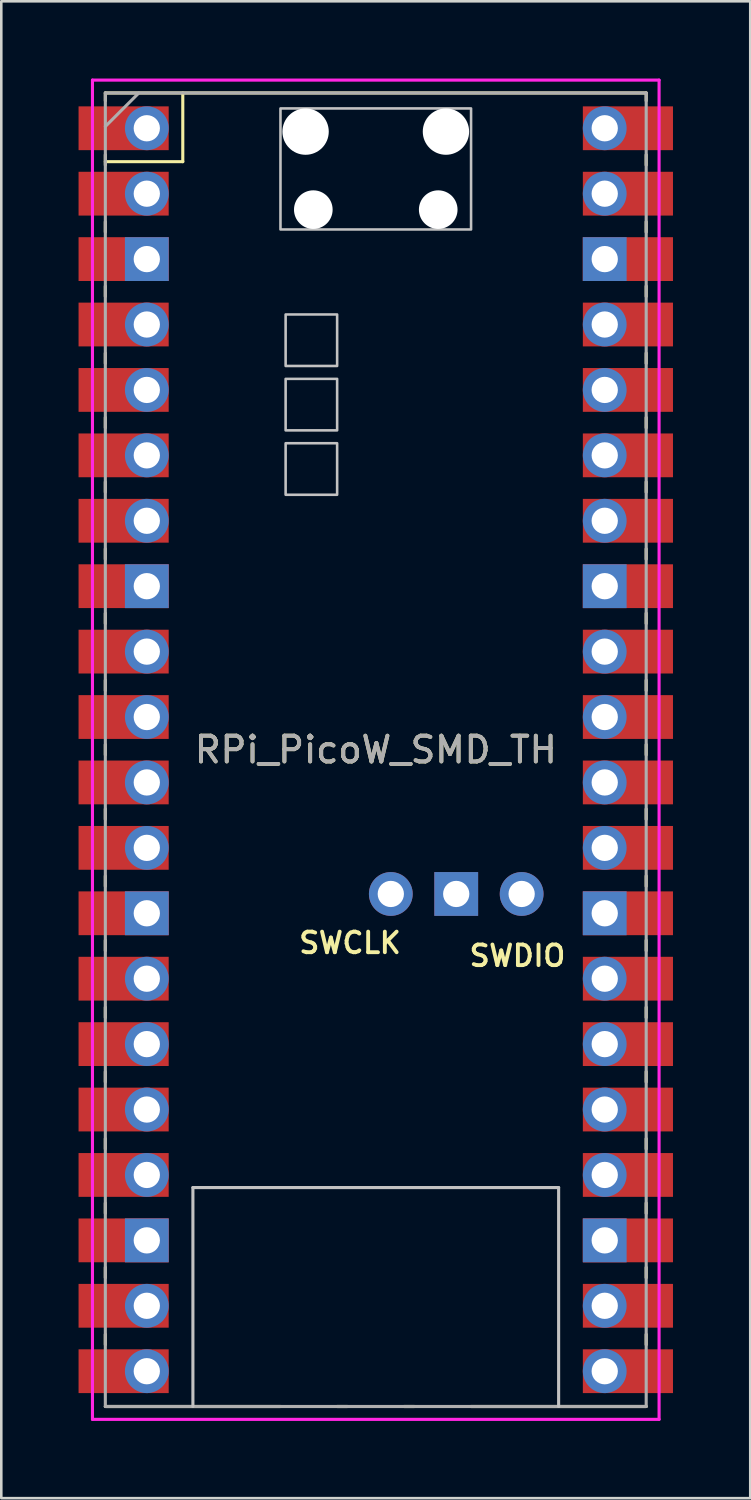
<source format=kicad_pcb>
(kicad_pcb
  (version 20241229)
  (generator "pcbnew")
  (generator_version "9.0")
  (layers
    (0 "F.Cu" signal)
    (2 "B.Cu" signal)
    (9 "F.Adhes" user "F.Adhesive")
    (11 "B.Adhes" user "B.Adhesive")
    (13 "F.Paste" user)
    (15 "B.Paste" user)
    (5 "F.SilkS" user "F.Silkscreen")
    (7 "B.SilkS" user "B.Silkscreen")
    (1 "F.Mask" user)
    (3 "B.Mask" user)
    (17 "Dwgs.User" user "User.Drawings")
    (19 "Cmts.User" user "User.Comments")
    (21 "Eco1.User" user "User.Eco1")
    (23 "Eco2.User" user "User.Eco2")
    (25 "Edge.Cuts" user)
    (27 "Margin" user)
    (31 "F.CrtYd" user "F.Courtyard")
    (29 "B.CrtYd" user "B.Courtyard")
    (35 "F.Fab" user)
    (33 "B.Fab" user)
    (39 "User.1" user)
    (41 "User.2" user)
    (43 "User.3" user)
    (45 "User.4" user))
  (footprint "RPi_PicoW_SMD_TH"
    (layer "F.Cu")
    (at 11.54 26.06)
    (property "Reference" "RPi_PicoW_SMD_TH" (at 0 0 0) (layer "F.SilkS") (effects (font (size 1 1) (thickness 0.15))))
    (attr through_hole)
    (fp_line (start -10.5 -25.5) (end -10.5 -25.2) (stroke (width 0.12) (type solid)) (layer "F.SilkS"))
    (fp_line (start -10.5 -25.5) (end 10.5 -25.5) (stroke (width 0.12) (type solid)) (layer "F.SilkS"))
    (fp_line (start -10.5 -23.1) (end -10.5 -22.7) (stroke (width 0.12) (type solid)) (layer "F.SilkS"))
    (fp_line (start -10.5 -22.833) (end -7.493 -22.833) (stroke (width 0.12) (type solid)) (layer "F.SilkS"))
    (fp_line (start -10.5 -20.5) (end -10.5 -20.1) (stroke (width 0.12) (type solid)) (layer "F.SilkS"))
    (fp_line (start -10.5 -18) (end -10.5 -17.6) (stroke (width 0.12) (type solid)) (layer "F.SilkS"))
    (fp_line (start -10.5 -15.4) (end -10.5 -15) (stroke (width 0.12) (type solid)) (layer "F.SilkS"))
    (fp_line (start -10.5 -12.9) (end -10.5 -12.5) (stroke (width 0.12) (type solid)) (layer "F.SilkS"))
    (fp_line (start -10.5 -10.4) (end -10.5 -10) (stroke (width 0.12) (type solid)) (layer "F.SilkS"))
    (fp_line (start -10.5 -7.8) (end -10.5 -7.4) (stroke (width 0.12) (type solid)) (layer "F.SilkS"))
    (fp_line (start -10.5 -5.3) (end -10.5 -4.9) (stroke (width 0.12) (type solid)) (layer "F.SilkS"))
    (fp_line (start -10.5 -2.7) (end -10.5 -2.3) (stroke (width 0.12) (type solid)) (layer "F.SilkS"))
    (fp_line (start -10.5 -0.2) (end -10.5 0.2) (stroke (width 0.12) (type solid)) (layer "F.SilkS"))
    (fp_line (start -10.5 2.3) (end -10.5 2.7) (stroke (width 0.12) (type solid)) (layer "F.SilkS"))
    (fp_line (start -10.5 4.9) (end -10.5 5.3) (stroke (width 0.12) (type solid)) (layer "F.SilkS"))
    (fp_line (start -10.5 7.4) (end -10.5 7.8) (stroke (width 0.12) (type solid)) (layer "F.SilkS"))
    (fp_line (start -10.5 10) (end -10.5 10.4) (stroke (width 0.12) (type solid)) (layer "F.SilkS"))
    (fp_line (start -10.5 12.5) (end -10.5 12.9) (stroke (width 0.12) (type solid)) (layer "F.SilkS"))
    (fp_line (start -10.5 15.1) (end -10.5 15.5) (stroke (width 0.12) (type solid)) (layer "F.SilkS"))
    (fp_line (start -10.5 17.6) (end -10.5 18) (stroke (width 0.12) (type solid)) (layer "F.SilkS"))
    (fp_line (start -10.5 20.1) (end -10.5 20.5) (stroke (width 0.12) (type solid)) (layer "F.SilkS"))
    (fp_line (start -10.5 22.7) (end -10.5 23.1) (stroke (width 0.12) (type solid)) (layer "F.SilkS"))
    (fp_line (start -7.493 -22.833) (end -7.493 -25.5) (stroke (width 0.12) (type solid)) (layer "F.SilkS"))
    (fp_line (start -3.7 25.5) (end -10.5 25.5) (stroke (width 0.12) (type solid)) (layer "F.SilkS"))
    (fp_line (start -1.5 25.5) (end -1.1 25.5) (stroke (width 0.12) (type solid)) (layer "F.SilkS"))
    (fp_line (start 1.1 25.5) (end 1.5 25.5) (stroke (width 0.12) (type solid)) (layer "F.SilkS"))
    (fp_line (start 10.5 -25.5) (end 10.5 -25.2) (stroke (width 0.12) (type solid)) (layer "F.SilkS"))
    (fp_line (start 10.5 -23.1) (end 10.5 -22.7) (stroke (width 0.12) (type solid)) (layer "F.SilkS"))
    (fp_line (start 10.5 -20.5) (end 10.5 -20.1) (stroke (width 0.12) (type solid)) (layer "F.SilkS"))
    (fp_line (start 10.5 -18) (end 10.5 -17.6) (stroke (width 0.12) (type solid)) (layer "F.SilkS"))
    (fp_line (start 10.5 -15.4) (end 10.5 -15) (stroke (width 0.12) (type solid)) (layer "F.SilkS"))
    (fp_line (start 10.5 -12.9) (end 10.5 -12.5) (stroke (width 0.12) (type solid)) (layer "F.SilkS"))
    (fp_line (start 10.5 -10.4) (end 10.5 -10) (stroke (width 0.12) (type solid)) (layer "F.SilkS"))
    (fp_line (start 10.5 -7.8) (end 10.5 -7.4) (stroke (width 0.12) (type solid)) (layer "F.SilkS"))
    (fp_line (start 10.5 -5.3) (end 10.5 -4.9) (stroke (width 0.12) (type solid)) (layer "F.SilkS"))
    (fp_line (start 10.5 -2.7) (end 10.5 -2.3) (stroke (width 0.12) (type solid)) (layer "F.SilkS"))
    (fp_line (start 10.5 -0.2) (end 10.5 0.2) (stroke (width 0.12) (type solid)) (layer "F.SilkS"))
    (fp_line (start 10.5 2.3) (end 10.5 2.7) (stroke (width 0.12) (type solid)) (layer "F.SilkS"))
    (fp_line (start 10.5 4.9) (end 10.5 5.3) (stroke (width 0.12) (type solid)) (layer "F.SilkS"))
    (fp_line (start 10.5 7.4) (end 10.5 7.8) (stroke (width 0.12) (type solid)) (layer "F.SilkS"))
    (fp_line (start 10.5 10) (end 10.5 10.4) (stroke (width 0.12) (type solid)) (layer "F.SilkS"))
    (fp_line (start 10.5 12.5) (end 10.5 12.9) (stroke (width 0.12) (type solid)) (layer "F.SilkS"))
    (fp_line (start 10.5 15.1) (end 10.5 15.5) (stroke (width 0.12) (type solid)) (layer "F.SilkS"))
    (fp_line (start 10.5 17.6) (end 10.5 18) (stroke (width 0.12) (type solid)) (layer "F.SilkS"))
    (fp_line (start 10.5 20.1) (end 10.5 20.5) (stroke (width 0.12) (type solid)) (layer "F.SilkS"))
    (fp_line (start 10.5 22.7) (end 10.5 23.1) (stroke (width 0.12) (type solid)) (layer "F.SilkS"))
    (fp_line (start 10.5 25.5) (end 3.7 25.5) (stroke (width 0.12) (type solid)) (layer "F.SilkS"))
    (fp_line (start -7.1 17) (end 7.1 17) (stroke (width 0.12) (type solid)) (layer "Dwgs.User"))
    (fp_line (start -7.1 25.5) (end -7.1 17) (stroke (width 0.12) (type solid)) (layer "Dwgs.User"))
    (fp_line (start 7.1 17) (end 7.1 25.5) (stroke (width 0.12) (type solid)) (layer "Dwgs.User"))
    (fp_poly (pts (xy -1.5 -14.9) (xy -3.5 -14.9) (xy -3.5 -16.9) (xy -1.5 -16.9)) (stroke (width 0.1) (type solid)) (fill no) (layer "Dwgs.User"))
    (fp_poly (pts (xy -1.5 -12.4) (xy -3.5 -12.4) (xy -3.5 -14.4) (xy -1.5 -14.4)) (stroke (width 0.1) (type solid)) (fill no) (layer "Dwgs.User"))
    (fp_poly (pts (xy -1.5 -9.9) (xy -3.5 -9.9) (xy -3.5 -11.9) (xy -1.5 -11.9)) (stroke (width 0.1) (type solid)) (fill no) (layer "Dwgs.User"))
    (fp_poly (pts (xy 3.7 -20.2) (xy -3.7 -20.2) (xy -3.7 -24.9) (xy 3.7 -24.9)) (stroke (width 0.1) (type solid)) (fill no) (layer "Dwgs.User"))
    (fp_line (start -11 -26) (end 11 -26) (stroke (width 0.12) (type solid)) (layer "F.CrtYd"))
    (fp_line (start -11 26) (end -11 -26) (stroke (width 0.12) (type solid)) (layer "F.CrtYd"))
    (fp_line (start 11 -26) (end 11 26) (stroke (width 0.12) (type solid)) (layer "F.CrtYd"))
    (fp_line (start 11 26) (end -11 26) (stroke (width 0.12) (type solid)) (layer "F.CrtYd"))
    (fp_line (start -10.5 -25.5) (end 10.5 -25.5) (stroke (width 0.12) (type solid)) (layer "F.Fab"))
    (fp_line (start -10.5 -24.2) (end -9.2 -25.5) (stroke (width 0.12) (type solid)) (layer "F.Fab"))
    (fp_line (start -10.5 25.5) (end -10.5 -25.5) (stroke (width 0.12) (type solid)) (layer "F.Fab"))
    (fp_line (start 10.5 -25.5) (end 10.5 25.5) (stroke (width 0.12) (type solid)) (layer "F.Fab"))
    (fp_line (start 10.5 25.5) (end -10.5 25.5) (stroke (width 0.12) (type solid)) (layer "F.Fab"))
    (fp_text user "SWCLK" (at -1 7.5 0) (layer "F.SilkS") (effects (font (size 0.8 0.8) (thickness 0.15))))
    (fp_text user "SWDIO" (at 5.5 8 0) (layer "F.SilkS") (effects (font (size 0.8 0.8) (thickness 0.15))))
    (fp_text user "${REFERENCE}" (at 0 0 180) (layer "F.Fab") (effects (font (size 1 1) (thickness 0.15))))
    (pad "" np_thru_hole oval (at -2.725 -24) (size 1.8 1.8) (drill 1.8) (layers "*.Cu" "*.Mask"))
    (pad "" np_thru_hole oval (at -2.425 -20.97) (size 1.5 1.5) (drill 1.5) (layers "*.Cu" "*.Mask"))
    (pad "" np_thru_hole oval (at 2.425 -20.97) (size 1.5 1.5) (drill 1.5) (layers "*.Cu" "*.Mask"))
    (pad "" np_thru_hole oval (at 2.725 -24) (size 1.8 1.8) (drill 1.8) (layers "*.Cu" "*.Mask"))
    (pad "1" thru_hole oval (at -8.89 -24.13) (size 1.7 1.7) (drill 1.02) (layers "*.Cu" "*.Mask"))
    (pad "1" smd rect (at -8.89 -24.13) (size 3.5 1.7) (drill (offset -0.9 0)) (layers "F.Cu" "F.Mask"))
    (pad "2" thru_hole oval (at -8.89 -21.59) (size 1.7 1.7) (drill 1.02) (layers "*.Cu" "*.Mask"))
    (pad "2" smd rect (at -8.89 -21.59) (size 3.5 1.7) (drill (offset -0.9 0)) (layers "F.Cu" "F.Mask"))
    (pad "3" thru_hole rect (at -8.89 -19.05) (size 1.7 1.7) (drill 1.02) (layers "*.Cu" "*.Mask"))
    (pad "3" smd rect (at -8.89 -19.05) (size 3.5 1.7) (drill (offset -0.9 0)) (layers "F.Cu" "F.Mask"))
    (pad "4" thru_hole oval (at -8.89 -16.51) (size 1.7 1.7) (drill 1.02) (layers "*.Cu" "*.Mask"))
    (pad "4" smd rect (at -8.89 -16.51) (size 3.5 1.7) (drill (offset -0.9 0)) (layers "F.Cu" "F.Mask"))
    (pad "5" thru_hole oval (at -8.89 -13.97) (size 1.7 1.7) (drill 1.02) (layers "*.Cu" "*.Mask"))
    (pad "5" smd rect (at -8.89 -13.97) (size 3.5 1.7) (drill (offset -0.9 0)) (layers "F.Cu" "F.Mask"))
    (pad "6" thru_hole oval (at -8.89 -11.43) (size 1.7 1.7) (drill 1.02) (layers "*.Cu" "*.Mask"))
    (pad "6" smd rect (at -8.89 -11.43) (size 3.5 1.7) (drill (offset -0.9 0)) (layers "F.Cu" "F.Mask"))
    (pad "7" thru_hole oval (at -8.89 -8.89) (size 1.7 1.7) (drill 1.02) (layers "*.Cu" "*.Mask"))
    (pad "7" smd rect (at -8.89 -8.89) (size 3.5 1.7) (drill (offset -0.9 0)) (layers "F.Cu" "F.Mask"))
    (pad "8" thru_hole rect (at -8.89 -6.35) (size 1.7 1.7) (drill 1.02) (layers "*.Cu" "*.Mask"))
    (pad "8" smd rect (at -8.89 -6.35) (size 3.5 1.7) (drill (offset -0.9 0)) (layers "F.Cu" "F.Mask"))
    (pad "9" thru_hole oval (at -8.89 -3.81) (size 1.7 1.7) (drill 1.02) (layers "*.Cu" "*.Mask"))
    (pad "9" smd rect (at -8.89 -3.81) (size 3.5 1.7) (drill (offset -0.9 0)) (layers "F.Cu" "F.Mask"))
    (pad "10" thru_hole oval (at -8.89 -1.27) (size 1.7 1.7) (drill 1.02) (layers "*.Cu" "*.Mask"))
    (pad "10" smd rect (at -8.89 -1.27) (size 3.5 1.7) (drill (offset -0.9 0)) (layers "F.Cu" "F.Mask"))
    (pad "11" thru_hole oval (at -8.89 1.27) (size 1.7 1.7) (drill 1.02) (layers "*.Cu" "*.Mask"))
    (pad "11" smd rect (at -8.89 1.27) (size 3.5 1.7) (drill (offset -0.9 0)) (layers "F.Cu" "F.Mask"))
    (pad "12" thru_hole oval (at -8.89 3.81) (size 1.7 1.7) (drill 1.02) (layers "*.Cu" "*.Mask"))
    (pad "12" smd rect (at -8.89 3.81) (size 3.5 1.7) (drill (offset -0.9 0)) (layers "F.Cu" "F.Mask"))
    (pad "13" thru_hole rect (at -8.89 6.35) (size 1.7 1.7) (drill 1.02) (layers "*.Cu" "*.Mask"))
    (pad "13" smd rect (at -8.89 6.35) (size 3.5 1.7) (drill (offset -0.9 0)) (layers "F.Cu" "F.Mask"))
    (pad "14" thru_hole oval (at -8.89 8.89) (size 1.7 1.7) (drill 1.02) (layers "*.Cu" "*.Mask"))
    (pad "14" smd rect (at -8.89 8.89) (size 3.5 1.7) (drill (offset -0.9 0)) (layers "F.Cu" "F.Mask"))
    (pad "15" thru_hole oval (at -8.89 11.43) (size 1.7 1.7) (drill 1.02) (layers "*.Cu" "*.Mask"))
    (pad "15" smd rect (at -8.89 11.43) (size 3.5 1.7) (drill (offset -0.9 0)) (layers "F.Cu" "F.Mask"))
    (pad "16" thru_hole oval (at -8.89 13.97) (size 1.7 1.7) (drill 1.02) (layers "*.Cu" "*.Mask"))
    (pad "16" smd rect (at -8.89 13.97) (size 3.5 1.7) (drill (offset -0.9 0)) (layers "F.Cu" "F.Mask"))
    (pad "17" thru_hole oval (at -8.89 16.51) (size 1.7 1.7) (drill 1.02) (layers "*.Cu" "*.Mask"))
    (pad "17" smd rect (at -8.89 16.51) (size 3.5 1.7) (drill (offset -0.9 0)) (layers "F.Cu" "F.Mask"))
    (pad "18" thru_hole rect (at -8.89 19.05) (size 1.7 1.7) (drill 1.02) (layers "*.Cu" "*.Mask"))
    (pad "18" smd rect (at -8.89 19.05) (size 3.5 1.7) (drill (offset -0.9 0)) (layers "F.Cu" "F.Mask"))
    (pad "19" thru_hole oval (at -8.89 21.59) (size 1.7 1.7) (drill 1.02) (layers "*.Cu" "*.Mask"))
    (pad "19" smd rect (at -8.89 21.59) (size 3.5 1.7) (drill (offset -0.9 0)) (layers "F.Cu" "F.Mask"))
    (pad "20" thru_hole oval (at -8.89 24.13) (size 1.7 1.7) (drill 1.02) (layers "*.Cu" "*.Mask"))
    (pad "20" smd rect (at -8.89 24.13) (size 3.5 1.7) (drill (offset -0.9 0)) (layers "F.Cu" "F.Mask"))
    (pad "21" thru_hole oval (at 8.89 24.13) (size 1.7 1.7) (drill 1.02) (layers "*.Cu" "*.Mask"))
    (pad "21" smd rect (at 8.89 24.13) (size 3.5 1.7) (drill (offset 0.9 0)) (layers "F.Cu" "F.Mask"))
    (pad "22" thru_hole oval (at 8.89 21.59) (size 1.7 1.7) (drill 1.02) (layers "*.Cu" "*.Mask"))
    (pad "22" smd rect (at 8.89 21.59) (size 3.5 1.7) (drill (offset 0.9 0)) (layers "F.Cu" "F.Mask"))
    (pad "23" thru_hole rect (at 8.89 19.05) (size 1.7 1.7) (drill 1.02) (layers "*.Cu" "*.Mask"))
    (pad "23" smd rect (at 8.89 19.05) (size 3.5 1.7) (drill (offset 0.9 0)) (layers "F.Cu" "F.Mask"))
    (pad "24" thru_hole oval (at 8.89 16.51) (size 1.7 1.7) (drill 1.02) (layers "*.Cu" "*.Mask"))
    (pad "24" smd rect (at 8.89 16.51) (size 3.5 1.7) (drill (offset 0.9 0)) (layers "F.Cu" "F.Mask"))
    (pad "25" thru_hole oval (at 8.89 13.97) (size 1.7 1.7) (drill 1.02) (layers "*.Cu" "*.Mask"))
    (pad "25" smd rect (at 8.89 13.97) (size 3.5 1.7) (drill (offset 0.9 0)) (layers "F.Cu" "F.Mask"))
    (pad "26" thru_hole oval (at 8.89 11.43) (size 1.7 1.7) (drill 1.02) (layers "*.Cu" "*.Mask"))
    (pad "26" smd rect (at 8.89 11.43) (size 3.5 1.7) (drill (offset 0.9 0)) (layers "F.Cu" "F.Mask"))
    (pad "27" thru_hole oval (at 8.89 8.89) (size 1.7 1.7) (drill 1.02) (layers "*.Cu" "*.Mask"))
    (pad "27" smd rect (at 8.89 8.89) (size 3.5 1.7) (drill (offset 0.9 0)) (layers "F.Cu" "F.Mask"))
    (pad "28" thru_hole rect (at 8.89 6.35) (size 1.7 1.7) (drill 1.02) (layers "*.Cu" "*.Mask"))
    (pad "28" smd rect (at 8.89 6.35) (size 3.5 1.7) (drill (offset 0.9 0)) (layers "F.Cu" "F.Mask"))
    (pad "29" thru_hole oval (at 8.89 3.81) (size 1.7 1.7) (drill 1.02) (layers "*.Cu" "*.Mask"))
    (pad "29" smd rect (at 8.89 3.81) (size 3.5 1.7) (drill (offset 0.9 0)) (layers "F.Cu" "F.Mask"))
    (pad "30" thru_hole oval (at 8.89 1.27) (size 1.7 1.7) (drill 1.02) (layers "*.Cu" "*.Mask"))
    (pad "30" smd rect (at 8.89 1.27) (size 3.5 1.7) (drill (offset 0.9 0)) (layers "F.Cu" "F.Mask"))
    (pad "31" thru_hole oval (at 8.89 -1.27) (size 1.7 1.7) (drill 1.02) (layers "*.Cu" "*.Mask"))
    (pad "31" smd rect (at 8.89 -1.27) (size 3.5 1.7) (drill (offset 0.9 0)) (layers "F.Cu" "F.Mask"))
    (pad "32" thru_hole oval (at 8.89 -3.81) (size 1.7 1.7) (drill 1.02) (layers "*.Cu" "*.Mask"))
    (pad "32" smd rect (at 8.89 -3.81) (size 3.5 1.7) (drill (offset 0.9 0)) (layers "F.Cu" "F.Mask"))
    (pad "33" thru_hole rect (at 8.89 -6.35) (size 1.7 1.7) (drill 1.02) (layers "*.Cu" "*.Mask"))
    (pad "33" smd rect (at 8.89 -6.35) (size 3.5 1.7) (drill (offset 0.9 0)) (layers "F.Cu" "F.Mask"))
    (pad "34" thru_hole oval (at 8.89 -8.89) (size 1.7 1.7) (drill 1.02) (layers "*.Cu" "*.Mask"))
    (pad "34" smd rect (at 8.89 -8.89) (size 3.5 1.7) (drill (offset 0.9 0)) (layers "F.Cu" "F.Mask"))
    (pad "35" thru_hole oval (at 8.89 -11.43) (size 1.7 1.7) (drill 1.02) (layers "*.Cu" "*.Mask"))
    (pad "35" smd rect (at 8.89 -11.43) (size 3.5 1.7) (drill (offset 0.9 0)) (layers "F.Cu" "F.Mask"))
    (pad "36" thru_hole oval (at 8.89 -13.97) (size 1.7 1.7) (drill 1.02) (layers "*.Cu" "*.Mask"))
    (pad "36" smd rect (at 8.89 -13.97) (size 3.5 1.7) (drill (offset 0.9 0)) (layers "F.Cu" "F.Mask"))
    (pad "37" thru_hole oval (at 8.89 -16.51) (size 1.7 1.7) (drill 1.02) (layers "*.Cu" "*.Mask"))
    (pad "37" smd rect (at 8.89 -16.51) (size 3.5 1.7) (drill (offset 0.9 0)) (layers "F.Cu" "F.Mask"))
    (pad "38" thru_hole rect (at 8.89 -19.05) (size 1.7 1.7) (drill 1.02) (layers "*.Cu" "*.Mask"))
    (pad "38" smd rect (at 8.89 -19.05) (size 3.5 1.7) (drill (offset 0.9 0)) (layers "F.Cu" "F.Mask"))
    (pad "39" thru_hole oval (at 8.89 -21.59) (size 1.7 1.7) (drill 1.02) (layers "*.Cu" "*.Mask"))
    (pad "39" smd rect (at 8.89 -21.59) (size 3.5 1.7) (drill (offset 0.9 0)) (layers "F.Cu" "F.Mask"))
    (pad "40" thru_hole oval (at 8.89 -24.13) (size 1.7 1.7) (drill 1.02) (layers "*.Cu" "*.Mask"))
    (pad "40" smd rect (at 8.89 -24.13) (size 3.5 1.7) (drill (offset 0.9 0)) (layers "F.Cu" "F.Mask"))
    (pad "41" thru_hole oval (at 0.584 5.6) (size 1.7 1.7) (drill 1.02) (layers "*.Cu" "*.Mask"))
    (pad "42" thru_hole rect (at 3.124 5.6) (size 1.7 1.7) (drill 1.02) (layers "*.Cu" "*.Mask"))
    (pad "43" thru_hole oval (at 5.664 5.6) (size 1.7 1.7) (drill 1.02) (layers "*.Cu" "*.Mask"))
    (zone (net_name "") (layers "F.Cu" "B.Cu") (name "picow-antenna") (hatch edge 0.5) (connect_pads) (min_thickness 0.25) (filled_areas_thickness no) (keepout (tracks not_allowed) (vias not_allowed) (pads not_allowed) (copperpour not_allowed) (footprints not_allowed)) (placement (enabled no)) (fill) (polygon (pts (xy 4.04 42.56) (xy 19.04 42.56) (xy 19.04 52.06) (xy 4.04 52.06))))
    (zone (net_name "") (layers "F.Cu" "B.Cu") (name "bootsel button") (hatch edge 0.5) (connect_pads) (min_thickness 0.25) (filled_areas_thickness no) (keepout (tracks not_allowed) (vias not_allowed) (pads not_allowed) (copperpour not_allowed) (footprints allowed)) (placement (enabled no)) (fill) (polygon (pts (xy 7.04 8.56) (xy 7.04 17.06) (xy 11.54 17.06) (xy 11.54 8.56)))))
  (gr_rect
    (start -3 -3)
    (end 26.08 55.12)
    (stroke (width 0.1) (type default))
    (fill no)
    (layer "Edge.Cuts")))
</source>
